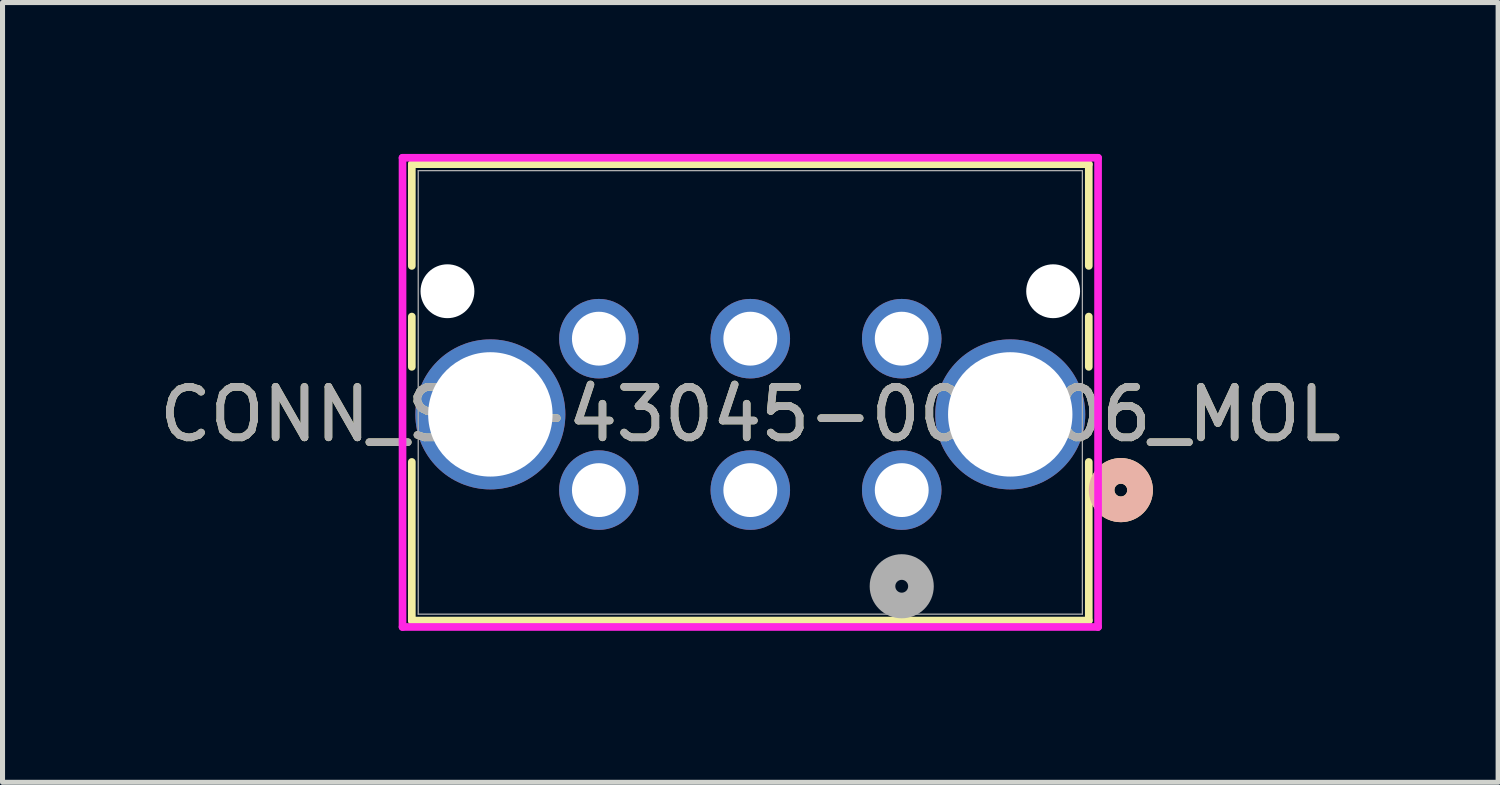
<source format=kicad_pcb>
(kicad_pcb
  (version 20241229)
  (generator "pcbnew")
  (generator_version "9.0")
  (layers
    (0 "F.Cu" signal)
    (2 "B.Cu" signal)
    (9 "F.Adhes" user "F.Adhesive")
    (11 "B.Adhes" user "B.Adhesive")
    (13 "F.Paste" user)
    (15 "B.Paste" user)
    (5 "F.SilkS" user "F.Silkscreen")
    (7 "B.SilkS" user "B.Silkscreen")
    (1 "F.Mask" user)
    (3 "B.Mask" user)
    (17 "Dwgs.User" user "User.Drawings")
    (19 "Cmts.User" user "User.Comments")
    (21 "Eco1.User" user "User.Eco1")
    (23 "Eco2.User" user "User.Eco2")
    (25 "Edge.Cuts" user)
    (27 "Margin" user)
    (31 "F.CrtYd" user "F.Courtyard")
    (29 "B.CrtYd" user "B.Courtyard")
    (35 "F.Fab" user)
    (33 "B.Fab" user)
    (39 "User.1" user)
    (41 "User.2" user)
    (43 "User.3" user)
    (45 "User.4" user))
  (footprint "CONN_SD-43045-009_06_MOL"
    (layer "F.Cu")
    (at 14.815 6.66)
    (property "Reference" "CONN_SD-43045-009_06_MOL" (at -3 -1.5 0) (unlocked yes) (layer "F.SilkS") (effects (font (size 1 1) (thickness 0.15))))
    (attr through_hole)
    (fp_line (start -9.706 -6.457) (end -9.706 -4.442) (stroke (width 0.152) (type solid)) (layer "F.SilkS"))
    (fp_line (start -9.706 -3.438) (end -9.706 -2.442) (stroke (width 0.152) (type solid)) (layer "F.SilkS"))
    (fp_line (start -9.706 -0.558) (end -9.706 2.585) (stroke (width 0.152) (type solid)) (layer "F.SilkS"))
    (fp_line (start -9.706 2.585) (end 3.706 2.585) (stroke (width 0.152) (type solid)) (layer "F.SilkS"))
    (fp_line (start 3.706 -6.457) (end -9.706 -6.457) (stroke (width 0.152) (type solid)) (layer "F.SilkS"))
    (fp_line (start 3.706 -4.442) (end 3.706 -6.457) (stroke (width 0.152) (type solid)) (layer "F.SilkS"))
    (fp_line (start 3.706 -2.442) (end 3.706 -3.438) (stroke (width 0.152) (type solid)) (layer "F.SilkS"))
    (fp_line (start 3.706 2.585) (end 3.706 -0.558) (stroke (width 0.152) (type solid)) (layer "F.SilkS"))
    (fp_circle (center 4.341 0) (end 4.722 0) (stroke (width 0.508) (type solid)) (fill no) (layer "F.SilkS"))
    (fp_circle (center 4.341 0) (end 4.722 0) (stroke (width 0.508) (type solid)) (fill no) (layer "B.SilkS"))
    (fp_line (start -9.89 -6.584) (end -9.89 2.712) (stroke (width 0.152) (type solid)) (layer "F.CrtYd"))
    (fp_line (start -9.89 2.712) (end 3.89 2.712) (stroke (width 0.152) (type solid)) (layer "F.CrtYd"))
    (fp_line (start 3.89 -6.584) (end -9.89 -6.584) (stroke (width 0.152) (type solid)) (layer "F.CrtYd"))
    (fp_line (start 3.89 2.712) (end 3.89 -6.584) (stroke (width 0.152) (type solid)) (layer "F.CrtYd"))
    (fp_line (start -9.579 -6.33) (end -9.579 2.458) (stroke (width 0.025) (type solid)) (layer "F.Fab"))
    (fp_line (start -9.579 2.458) (end 3.579 2.458) (stroke (width 0.025) (type solid)) (layer "F.Fab"))
    (fp_line (start 3.579 -6.33) (end -9.579 -6.33) (stroke (width 0.025) (type solid)) (layer "F.Fab"))
    (fp_line (start 3.579 2.458) (end 3.579 -6.33) (stroke (width 0.025) (type solid)) (layer "F.Fab"))
    (fp_circle (center 0 1.905) (end 0.381 1.905) (stroke (width 0.508) (type solid)) (fill no) (layer "F.Fab"))
    (fp_text user "${REFERENCE}" (at -3 -1.5 0) (unlocked yes) (layer "F.Fab") (effects (font (size 1 1) (thickness 0.15))))
    (pad "" np_thru_hole circle (at -9 -3.94) (size 1.067 1.067) (drill 1.067) (layers "*.Cu" "*.Mask"))
    (pad "" np_thru_hole circle (at 3 -3.94) (size 1.067 1.067) (drill 1.067) (layers "*.Cu" "*.Mask"))
    (pad "1" thru_hole circle (at 0 0) (size 1.575 1.575) (drill 1.067) (layers "*.Cu" "*.Mask"))
    (pad "2" thru_hole circle (at -3 0) (size 1.575 1.575) (drill 1.067) (layers "*.Cu" "*.Mask"))
    (pad "3" thru_hole circle (at -6 0) (size 1.575 1.575) (drill 1.067) (layers "*.Cu" "*.Mask"))
    (pad "4" thru_hole circle (at 0 -3) (size 1.575 1.575) (drill 1.067) (layers "*.Cu" "*.Mask"))
    (pad "5" thru_hole circle (at -3 -3) (size 1.575 1.575) (drill 1.067) (layers "*.Cu" "*.Mask"))
    (pad "6" thru_hole circle (at -6 -3) (size 1.575 1.575) (drill 1.067) (layers "*.Cu" "*.Mask"))
    (pad "7" thru_hole circle (at -8.15 -1.5) (size 2.972 2.972) (drill 2.464) (layers "*.Cu" "*.Mask"))
    (pad "8" thru_hole circle (at 2.15 -1.5) (size 2.972 2.972) (drill 2.464) (layers "*.Cu" "*.Mask")))
  (gr_rect
    (start -3 -3)
    (end 26.631 12.449)
    (stroke (width 0.1) (type default))
    (fill no)
    (layer "Edge.Cuts")))
</source>
